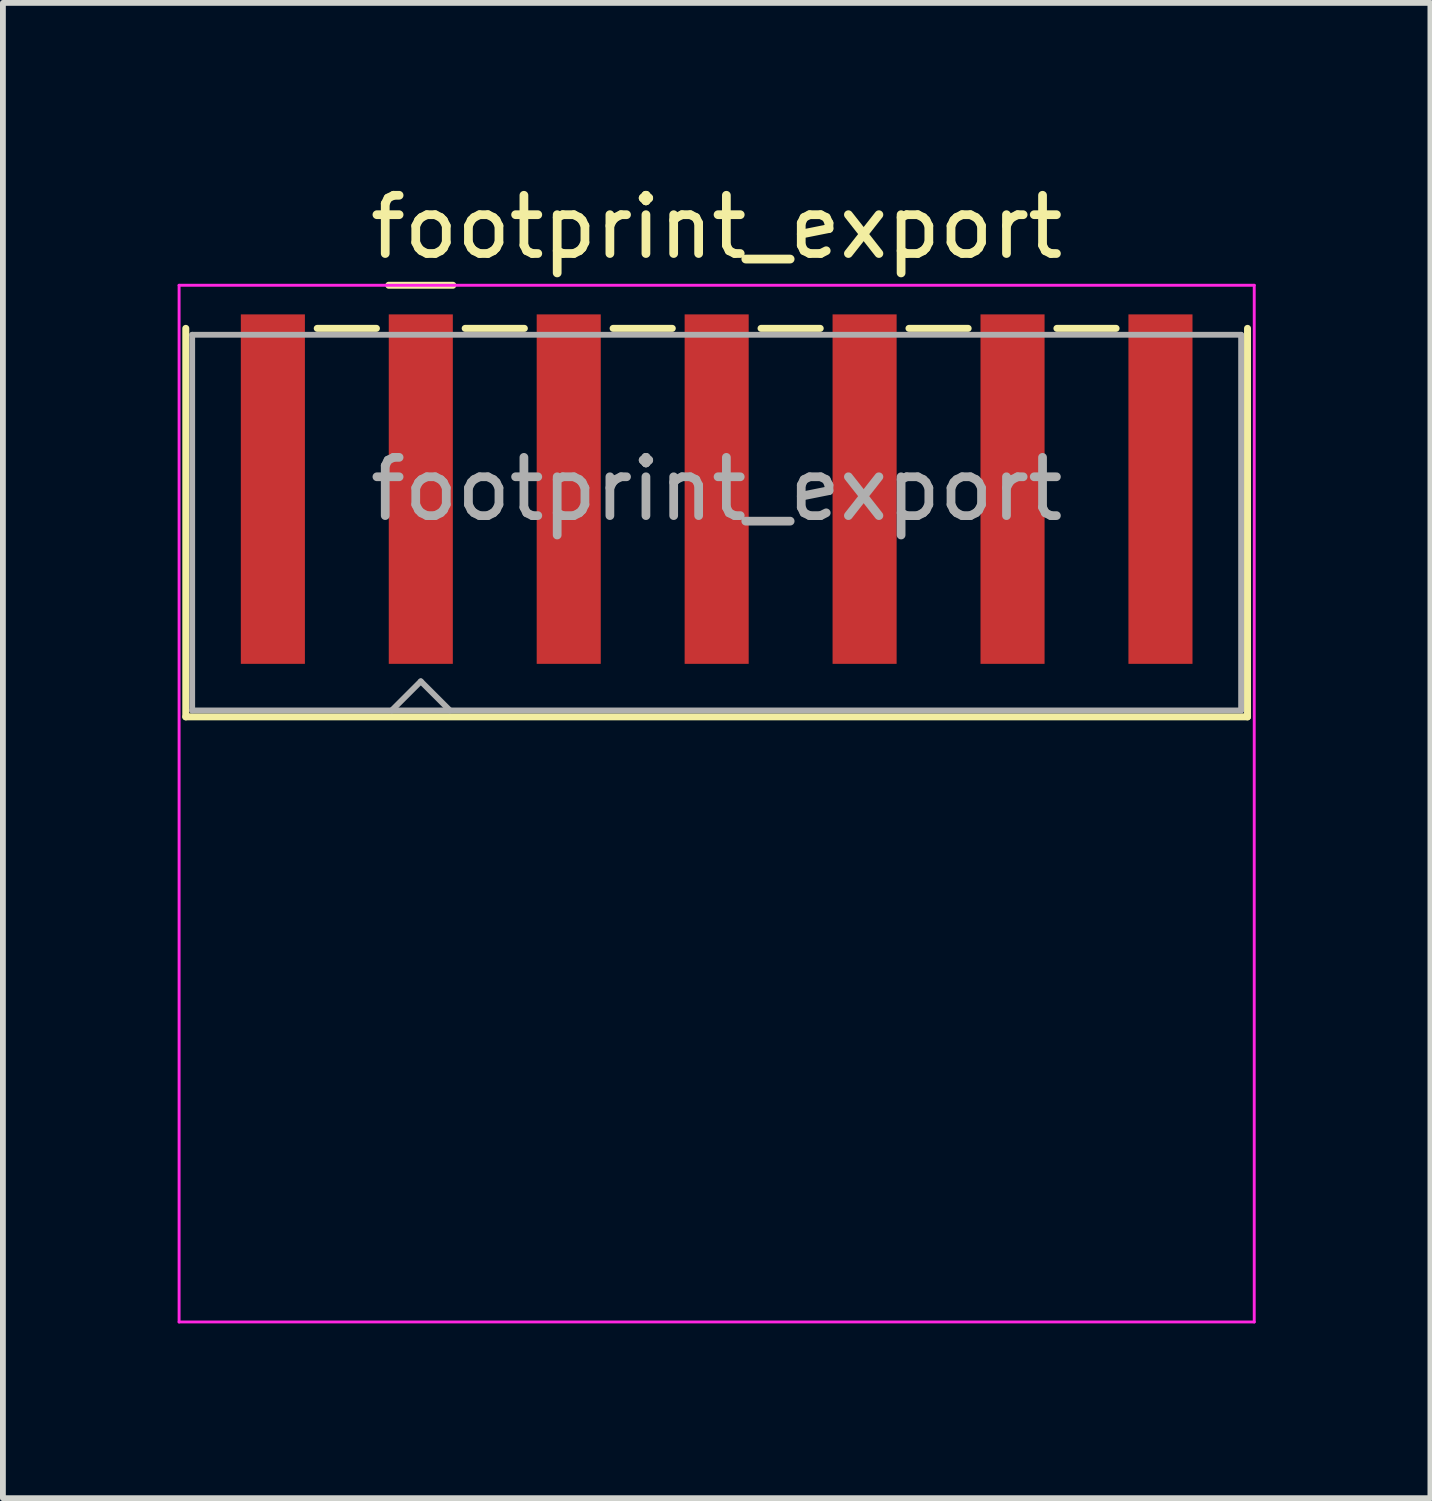
<source format=kicad_pcb>
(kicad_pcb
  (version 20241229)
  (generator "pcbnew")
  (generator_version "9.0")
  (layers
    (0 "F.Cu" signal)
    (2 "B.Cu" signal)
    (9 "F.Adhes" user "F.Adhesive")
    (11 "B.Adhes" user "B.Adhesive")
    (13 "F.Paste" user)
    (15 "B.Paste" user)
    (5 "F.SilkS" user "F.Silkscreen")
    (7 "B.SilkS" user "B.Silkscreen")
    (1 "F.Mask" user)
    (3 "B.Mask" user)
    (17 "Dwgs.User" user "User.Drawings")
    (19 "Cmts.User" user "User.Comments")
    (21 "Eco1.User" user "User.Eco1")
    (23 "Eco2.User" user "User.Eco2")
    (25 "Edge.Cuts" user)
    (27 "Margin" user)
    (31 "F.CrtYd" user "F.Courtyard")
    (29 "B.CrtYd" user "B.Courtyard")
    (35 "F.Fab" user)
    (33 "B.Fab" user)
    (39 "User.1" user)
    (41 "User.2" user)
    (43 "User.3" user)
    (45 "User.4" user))
  (footprint "footprint_export"
    (layer "F.Cu")
    (at 9.255 6.648)
    (property "Reference" "footprint_export" (at 0 -5.8 0) (layer "F.SilkS") (effects (font (size 1 1) (thickness 0.15))))
    (attr smd)
    (fp_line (start -9.115 -4.06) (end -9.115 2.61) (stroke (width 0.12) (type solid)) (layer "F.SilkS"))
    (fp_line (start -6.858 -4.06) (end -5.842 -4.06) (stroke (width 0.12) (type solid)) (layer "F.SilkS"))
    (fp_line (start -5.63 -4.8) (end -4.53 -4.8) (stroke (width 0.12) (type solid)) (layer "F.SilkS"))
    (fp_line (start -4.318 -4.06) (end -3.302 -4.06) (stroke (width 0.12) (type solid)) (layer "F.SilkS"))
    (fp_line (start -1.778 -4.06) (end -0.762 -4.06) (stroke (width 0.12) (type solid)) (layer "F.SilkS"))
    (fp_line (start 0.762 -4.06) (end 1.778 -4.06) (stroke (width 0.12) (type solid)) (layer "F.SilkS"))
    (fp_line (start 3.302 -4.06) (end 4.318 -4.06) (stroke (width 0.12) (type solid)) (layer "F.SilkS"))
    (fp_line (start 5.842 -4.06) (end 6.858 -4.06) (stroke (width 0.12) (type solid)) (layer "F.SilkS"))
    (fp_line (start 9.115 -4.06) (end 9.115 2.61) (stroke (width 0.12) (type solid)) (layer "F.SilkS"))
    (fp_line (start 9.115 2.61) (end -9.115 2.61) (stroke (width 0.12) (type solid)) (layer "F.SilkS"))
    (fp_line (start -9.23 -4.8) (end -9.23 13) (stroke (width 0.05) (type solid)) (layer "F.CrtYd"))
    (fp_line (start -9.23 13) (end 9.23 13) (stroke (width 0.05) (type solid)) (layer "F.CrtYd"))
    (fp_line (start 9.23 -4.8) (end -9.23 -4.8) (stroke (width 0.05) (type solid)) (layer "F.CrtYd"))
    (fp_line (start 9.23 13) (end 9.23 -4.8) (stroke (width 0.05) (type solid)) (layer "F.CrtYd"))
    (fp_line (start -9.005 -3.95) (end -9.005 2.5) (stroke (width 0.1) (type solid)) (layer "F.Fab"))
    (fp_line (start -9.005 2.5) (end 9.005 2.5) (stroke (width 0.1) (type solid)) (layer "F.Fab"))
    (fp_line (start -5.58 2.5) (end -5.08 2) (stroke (width 0.1) (type solid)) (layer "F.Fab"))
    (fp_line (start -5.08 2) (end -4.58 2.5) (stroke (width 0.1) (type solid)) (layer "F.Fab"))
    (fp_line (start 9.005 -3.95) (end -9.005 -3.95) (stroke (width 0.1) (type solid)) (layer "F.Fab"))
    (fp_line (start 9.005 2.5) (end 9.005 -3.95) (stroke (width 0.1) (type solid)) (layer "F.Fab"))
    (fp_text user "${REFERENCE}" (at 0 -1.3 0) (layer "F.Fab") (effects (font (size 1 1) (thickness 0.15))))
    (pad "1" smd rect (at -5.08 -1.3) (size 1.1 6) (layers "F.Cu" "F.Mask" "F.Paste"))
    (pad "2" smd rect (at -2.54 -1.3) (size 1.1 6) (layers "F.Cu" "F.Mask" "F.Paste"))
    (pad "3" smd rect (at 0 -1.3) (size 1.1 6) (layers "F.Cu" "F.Mask" "F.Paste"))
    (pad "4" smd rect (at 2.54 -1.3) (size 1.1 6) (layers "F.Cu" "F.Mask" "F.Paste"))
    (pad "5" smd rect (at 5.08 -1.3) (size 1.1 6) (layers "F.Cu" "F.Mask" "F.Paste"))
    (pad "MP" smd rect (at -7.62 -1.3) (size 1.1 6) (layers "F.Cu" "F.Mask" "F.Paste"))
    (pad "MP" smd rect (at 7.62 -1.3) (size 1.1 6) (layers "F.Cu" "F.Mask" "F.Paste")))
  (gr_rect
    (start -3 -3)
    (end 21.51 22.673)
    (stroke (width 0.1) (type default))
    (fill no)
    (layer "Edge.Cuts")))
</source>
